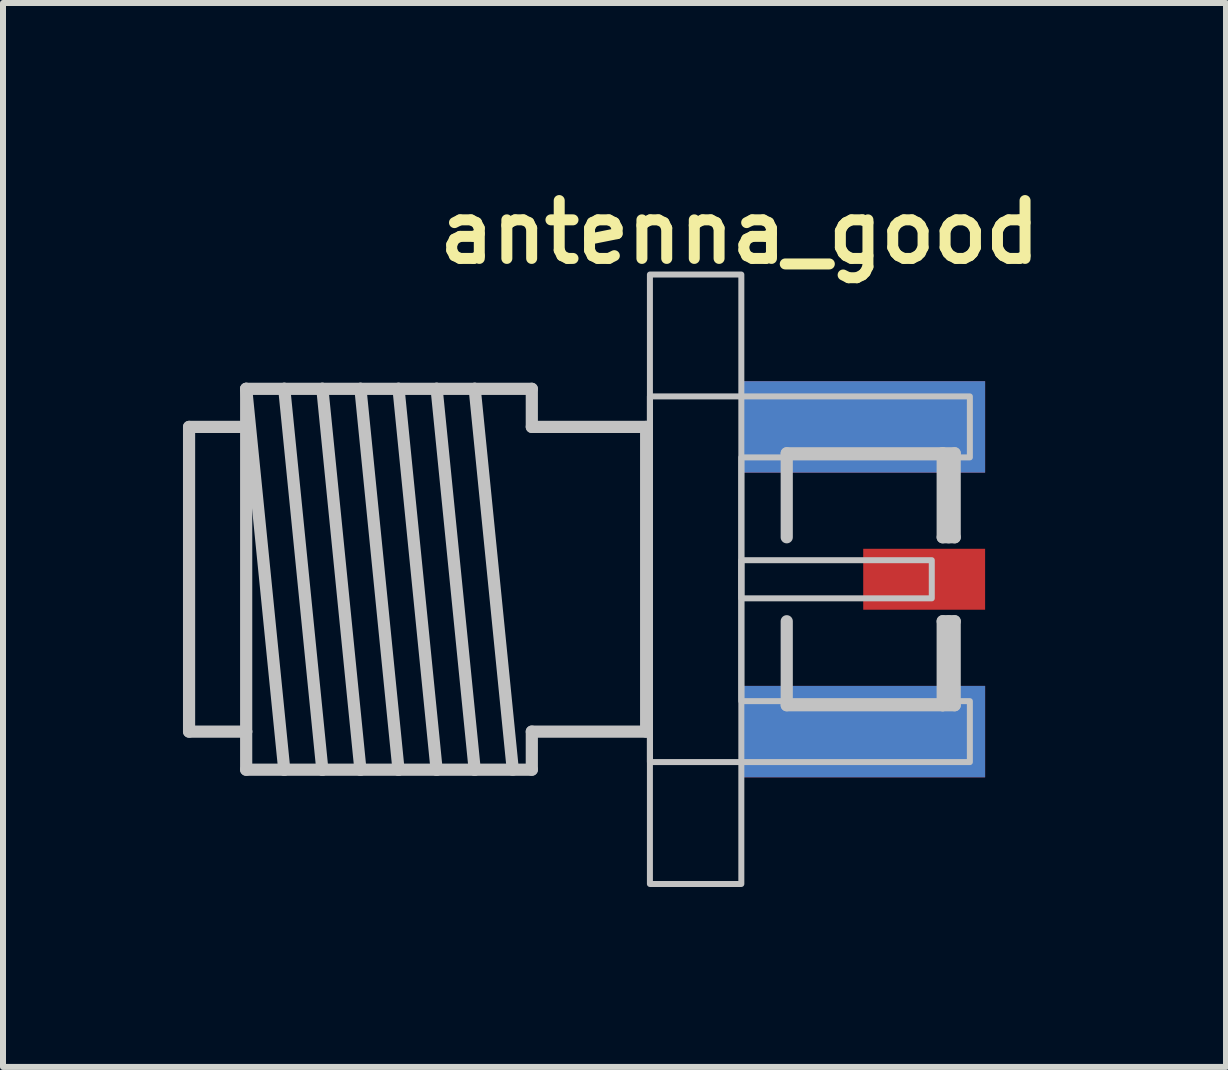
<source format=kicad_pcb>
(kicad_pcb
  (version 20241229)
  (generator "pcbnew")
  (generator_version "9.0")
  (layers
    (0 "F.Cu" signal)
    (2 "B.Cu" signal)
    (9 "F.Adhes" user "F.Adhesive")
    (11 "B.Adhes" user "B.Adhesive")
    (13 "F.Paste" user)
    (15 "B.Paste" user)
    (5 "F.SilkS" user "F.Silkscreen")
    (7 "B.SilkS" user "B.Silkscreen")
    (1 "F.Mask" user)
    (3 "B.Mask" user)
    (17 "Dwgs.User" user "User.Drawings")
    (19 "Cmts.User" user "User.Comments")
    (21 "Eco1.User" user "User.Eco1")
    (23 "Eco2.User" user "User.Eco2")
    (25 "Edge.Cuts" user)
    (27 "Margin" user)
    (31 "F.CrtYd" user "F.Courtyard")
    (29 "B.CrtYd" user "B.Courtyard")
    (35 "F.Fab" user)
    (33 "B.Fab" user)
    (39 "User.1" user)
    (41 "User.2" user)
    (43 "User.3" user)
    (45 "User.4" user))
  (footprint "antenna_good"
    (layer "F.Cu")
    (at 9.309 6.607)
    (property "Reference" "antenna_good" (at 5.08 -6.35 0) (layer "F.SilkS") (effects (font (size 0.965 0.965) (thickness 0.183)) (justify right top)))
    (attr through_hole)
    (fp_poly (pts (xy 0.889 -0.938) (xy 3.226 -0.938) (xy 3.226 -1.853) (xy 0.889 -1.853)) (stroke (width 0) (type solid)) (fill yes) (layer "F.Mask"))
    (fp_poly (pts (xy 0.889 1.853) (xy 3.226 1.853) (xy 3.226 0.938) (xy 0.889 0.938)) (stroke (width 0) (type solid)) (fill yes) (layer "F.Mask"))
    (fp_poly (pts (xy 0.991 -0.989) (xy 3.124 -0.989) (xy 3.124 -1.802) (xy 0.991 -1.802)) (stroke (width 0) (type solid)) (fill yes) (layer "F.Paste"))
    (fp_poly (pts (xy 0.991 1.802) (xy 3.124 1.802) (xy 3.124 0.989) (xy 0.991 0.989)) (stroke (width 0) (type solid)) (fill yes) (layer "F.Paste"))
    (fp_poly (pts (xy 3.2 0.483) (xy 3.962 0.483) (xy 3.962 -0.483) (xy 3.2 -0.483)) (stroke (width 0) (type solid)) (fill yes) (layer "F.Paste"))
    (fp_line (start -9.207 -2.54) (end -8.255 -2.54) (stroke (width 0.203) (type solid)) (layer "Dwgs.User"))
    (fp_line (start -9.207 2.54) (end -9.207 -2.54) (stroke (width 0.203) (type solid)) (layer "Dwgs.User"))
    (fp_line (start -8.255 -3.175) (end -7.62 -3.175) (stroke (width 0.203) (type solid)) (layer "Dwgs.User"))
    (fp_line (start -8.255 -3.175) (end -7.62 3.175) (stroke (width 0.203) (type solid)) (layer "Dwgs.User"))
    (fp_line (start -8.255 -2.54) (end -8.255 -3.175) (stroke (width 0.203) (type solid)) (layer "Dwgs.User"))
    (fp_line (start -8.255 -2.54) (end -8.255 2.54) (stroke (width 0.203) (type solid)) (layer "Dwgs.User"))
    (fp_line (start -8.255 2.54) (end -9.207 2.54) (stroke (width 0.203) (type solid)) (layer "Dwgs.User"))
    (fp_line (start -8.255 3.175) (end -8.255 2.54) (stroke (width 0.203) (type solid)) (layer "Dwgs.User"))
    (fp_line (start -7.62 -3.175) (end -6.985 -3.175) (stroke (width 0.203) (type solid)) (layer "Dwgs.User"))
    (fp_line (start -7.62 -3.175) (end -6.985 3.175) (stroke (width 0.203) (type solid)) (layer "Dwgs.User"))
    (fp_line (start -7.62 3.175) (end -8.255 3.175) (stroke (width 0.203) (type solid)) (layer "Dwgs.User"))
    (fp_line (start -6.985 -3.175) (end -6.35 -3.175) (stroke (width 0.203) (type solid)) (layer "Dwgs.User"))
    (fp_line (start -6.985 -3.175) (end -6.35 3.175) (stroke (width 0.203) (type solid)) (layer "Dwgs.User"))
    (fp_line (start -6.985 3.175) (end -7.62 3.175) (stroke (width 0.203) (type solid)) (layer "Dwgs.User"))
    (fp_line (start -6.35 -3.175) (end -5.715 -3.175) (stroke (width 0.203) (type solid)) (layer "Dwgs.User"))
    (fp_line (start -6.35 -3.175) (end -5.715 3.175) (stroke (width 0.203) (type solid)) (layer "Dwgs.User"))
    (fp_line (start -6.35 3.175) (end -6.985 3.175) (stroke (width 0.203) (type solid)) (layer "Dwgs.User"))
    (fp_line (start -5.715 -3.175) (end -5.08 -3.175) (stroke (width 0.203) (type solid)) (layer "Dwgs.User"))
    (fp_line (start -5.715 -3.175) (end -5.08 3.175) (stroke (width 0.203) (type solid)) (layer "Dwgs.User"))
    (fp_line (start -5.715 3.175) (end -6.35 3.175) (stroke (width 0.203) (type solid)) (layer "Dwgs.User"))
    (fp_line (start -5.08 -3.175) (end -4.445 -3.175) (stroke (width 0.203) (type solid)) (layer "Dwgs.User"))
    (fp_line (start -5.08 -3.175) (end -4.445 3.175) (stroke (width 0.203) (type solid)) (layer "Dwgs.User"))
    (fp_line (start -5.08 3.175) (end -5.715 3.175) (stroke (width 0.203) (type solid)) (layer "Dwgs.User"))
    (fp_line (start -4.445 -3.175) (end -3.81 3.175) (stroke (width 0.203) (type solid)) (layer "Dwgs.User"))
    (fp_line (start -4.445 -3.175) (end -3.493 -3.175) (stroke (width 0.203) (type solid)) (layer "Dwgs.User"))
    (fp_line (start -4.445 3.175) (end -5.08 3.175) (stroke (width 0.203) (type solid)) (layer "Dwgs.User"))
    (fp_line (start -3.493 -3.175) (end -3.493 -2.54) (stroke (width 0.203) (type solid)) (layer "Dwgs.User"))
    (fp_line (start -3.493 -2.54) (end -1.587 -2.54) (stroke (width 0.203) (type solid)) (layer "Dwgs.User"))
    (fp_line (start -3.493 2.54) (end -3.493 3.175) (stroke (width 0.203) (type solid)) (layer "Dwgs.User"))
    (fp_line (start -3.493 3.175) (end -4.445 3.175) (stroke (width 0.203) (type solid)) (layer "Dwgs.User"))
    (fp_line (start -1.587 -2.54) (end -1.587 2.54) (stroke (width 0.203) (type solid)) (layer "Dwgs.User"))
    (fp_line (start -1.587 2.54) (end -3.493 2.54) (stroke (width 0.203) (type solid)) (layer "Dwgs.User"))
    (fp_line (start 0.757 -0.7) (end 0.757 -2.1) (stroke (width 0.203) (type solid)) (layer "Dwgs.User"))
    (fp_line (start 0.757 2.1) (end 0.757 0.7) (stroke (width 0.203) (type solid)) (layer "Dwgs.User"))
    (fp_line (start 0.757 2.1) (end 3.357 2.1) (stroke (width 0.203) (type solid)) (layer "Dwgs.User"))
    (fp_line (start 3.357 -2.1) (end 0.757 -2.1) (stroke (width 0.203) (type solid)) (layer "Dwgs.User"))
    (fp_line (start 3.357 -0.7) (end 3.357 -2.1) (stroke (width 0.203) (type solid)) (layer "Dwgs.User"))
    (fp_line (start 3.357 2.1) (end 3.357 0.7) (stroke (width 0.203) (type solid)) (layer "Dwgs.User"))
    (fp_line (start 3.457 -0.7) (end 3.457 -2) (stroke (width 0.203) (type solid)) (layer "Dwgs.User"))
    (fp_line (start 3.457 2) (end 3.457 0.7) (stroke (width 0.203) (type solid)) (layer "Dwgs.User"))
    (fp_line (start 3.557 -2.1) (end 3.357 -2.1) (stroke (width 0.203) (type solid)) (layer "Dwgs.User"))
    (fp_line (start 3.557 -0.7) (end 3.357 -0.7) (stroke (width 0.203) (type solid)) (layer "Dwgs.User"))
    (fp_line (start 3.557 -0.7) (end 3.557 -2.1) (stroke (width 0.203) (type solid)) (layer "Dwgs.User"))
    (fp_line (start 3.557 0.7) (end 3.357 0.7) (stroke (width 0.203) (type solid)) (layer "Dwgs.User"))
    (fp_line (start 3.557 2.1) (end 3.357 2.1) (stroke (width 0.203) (type solid)) (layer "Dwgs.User"))
    (fp_line (start 3.557 2.1) (end 3.557 0.7) (stroke (width 0.203) (type solid)) (layer "Dwgs.User"))
    (fp_poly (pts (xy -1.524 -5.08) (xy 0 -5.08) (xy 0 5.08) (xy -1.524 5.08)) (stroke (width 0.1) (type solid)) (fill no) (layer "Dwgs.User"))
    (fp_poly (pts (xy 0 0.318) (xy 3.175 0.318) (xy 3.175 -0.318) (xy 0 -0.318)) (stroke (width 0.1) (type solid)) (fill no) (layer "Dwgs.User"))
    (fp_poly (pts (xy -1.524 -3.048) (xy 3.81 -3.048) (xy 3.81 -2.032) (xy 0 -2.032) (xy 0 2.032) (xy 3.81 2.032) (xy 3.81 3.048) (xy -1.524 3.048)) (stroke (width 0.1) (type solid)) (fill no) (layer "Dwgs.User"))
    (pad "1" smd rect (at 3.048 0 90) (size 1.016 2.032) (layers "F.Cu" "F.Mask" "F.Paste"))
    (pad "2" smd rect (at 2.032 2.54 90) (size 1.524 4.064) (layers "F.Cu" "F.Mask" "F.Paste"))
    (pad "3" smd rect (at 2.032 -2.54 90) (size 1.524 4.064) (layers "F.Cu" "F.Mask" "F.Paste"))
    (pad "4" smd rect (at 2.032 -2.54 90) (size 1.524 4.064) (layers "B.Cu" "B.Mask" "B.Paste"))
    (pad "5" smd rect (at 2.032 2.54 90) (size 1.524 4.064) (layers "B.Cu" "B.Mask" "B.Paste")))
  (gr_rect
    (start -3 -3)
    (end 17.389 14.737)
    (stroke (width 0.1) (type default))
    (fill no)
    (layer "Edge.Cuts")))
</source>
